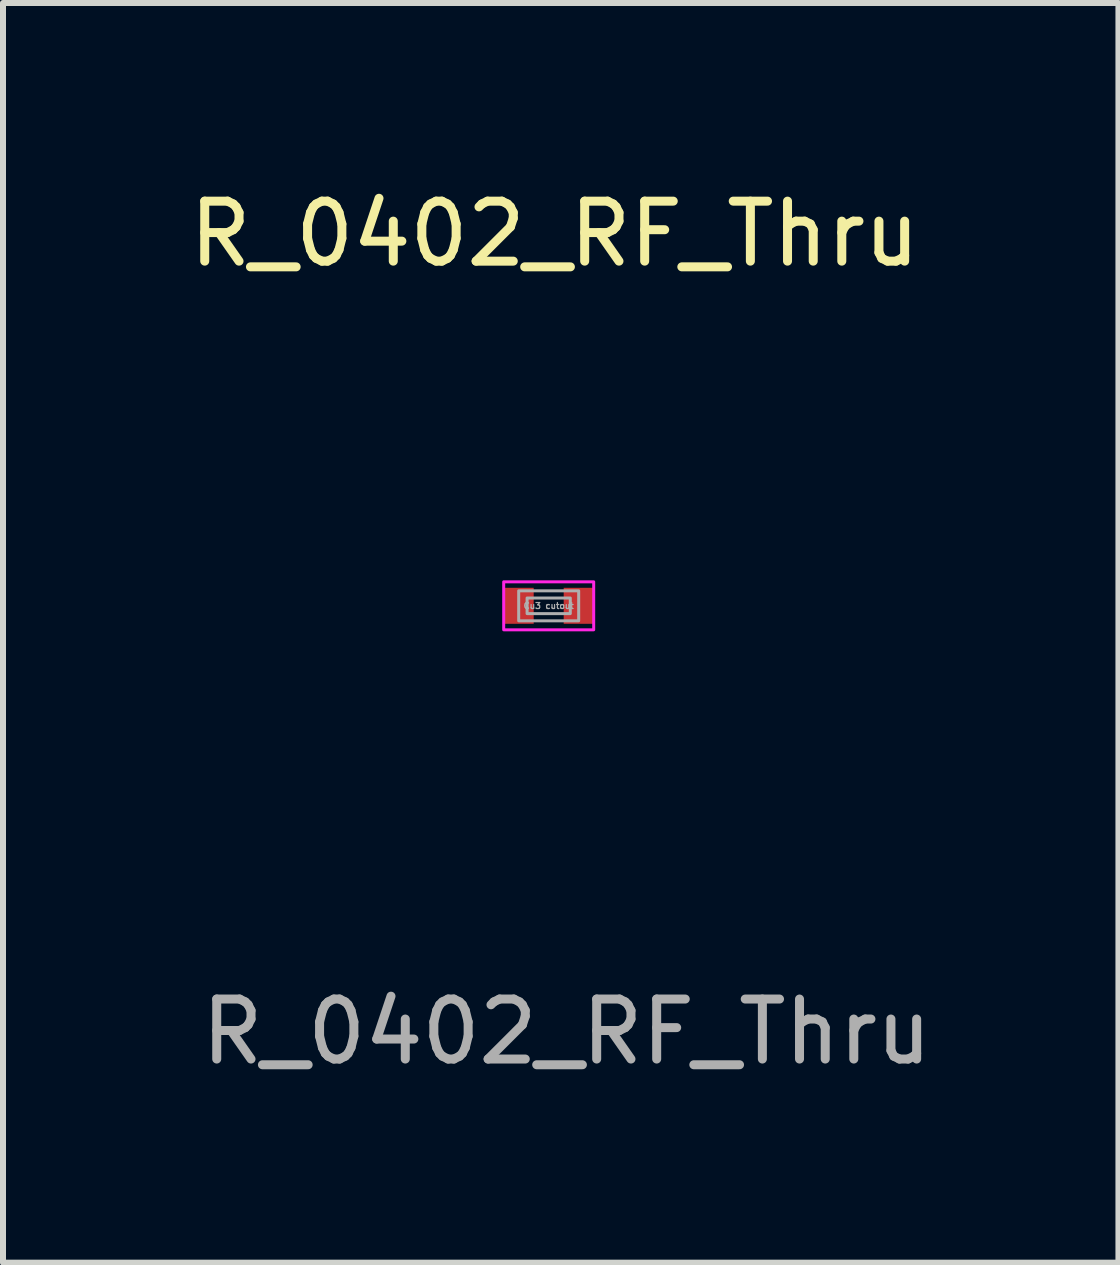
<source format=kicad_pcb>
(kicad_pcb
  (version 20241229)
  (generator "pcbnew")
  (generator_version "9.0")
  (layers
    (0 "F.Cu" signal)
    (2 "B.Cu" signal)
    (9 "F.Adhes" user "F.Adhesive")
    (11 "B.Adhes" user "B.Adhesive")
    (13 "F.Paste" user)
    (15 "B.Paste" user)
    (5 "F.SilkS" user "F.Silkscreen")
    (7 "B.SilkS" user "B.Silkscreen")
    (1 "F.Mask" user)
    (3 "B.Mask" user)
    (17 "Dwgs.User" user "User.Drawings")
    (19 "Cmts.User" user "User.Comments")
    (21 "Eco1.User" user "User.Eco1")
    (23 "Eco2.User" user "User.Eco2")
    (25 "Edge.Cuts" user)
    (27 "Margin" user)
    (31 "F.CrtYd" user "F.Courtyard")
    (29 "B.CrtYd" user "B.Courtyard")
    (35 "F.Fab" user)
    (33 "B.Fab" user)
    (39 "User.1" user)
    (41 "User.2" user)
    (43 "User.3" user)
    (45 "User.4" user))
  (footprint "R_0402_RF_Thru"
    (layer "F.Cu")
    (at 6.096 7.048)
    (property "Reference" "R_0402_RF_Thru" (at 0.1 -6.2 0) (unlocked yes) (layer "F.SilkS") (effects (font (size 1 1) (thickness 0.15))))
    (attr smd)
    (fp_rect (start -1 -0.55) (end -0.85 0.55) (stroke (width 0) (type solid)) (fill yes) (layer "F.Mask"))
    (fp_rect (start -1 -0.55) (end 1 -0.175) (stroke (width 0) (type solid)) (fill yes) (layer "F.Mask"))
    (fp_rect (start -1 0.175) (end 1 0.55) (stroke (width 0) (type solid)) (fill yes) (layer "F.Mask"))
    (fp_rect (start -0.75 -0.55) (end -0.25 0.55) (stroke (width 0) (type solid)) (fill yes) (layer "F.Mask"))
    (fp_rect (start -0.15 -0.55) (end 0.15 0.55) (stroke (width 0) (type solid)) (fill yes) (layer "F.Mask"))
    (fp_rect (start 0.25 -0.55) (end 0.75 0.55) (stroke (width 0) (type solid)) (fill yes) (layer "F.Mask"))
    (fp_rect (start 0.85 -0.55) (end 1 0.55) (stroke (width 0) (type solid)) (fill yes) (layer "F.Mask"))
    (fp_rect (start -0.75 -0.4) (end 0.75 0.4) (stroke (width 0.05) (type solid)) (fill no) (layer "F.CrtYd"))
    (fp_rect (start -0.5 -0.25) (end 0.5 0.25) (stroke (width 0.05) (type solid)) (fill no) (layer "F.Fab"))
    (fp_rect (start -0.36 -0.13) (end 0.36 0.13) (stroke (width 0.05) (type solid)) (fill no) (layer "F.Fab"))
    (fp_line (start -1 -0.55) (end 1 -0.55) (stroke (width 0.02) (type solid)) (layer "User.1"))
    (fp_line (start -1 -0.55) (end 1 -0.55) (stroke (width 0.02) (type solid)) (layer "User.1"))
    (fp_line (start -1 -0.355) (end -1 -0.55) (stroke (width 0.02) (type solid)) (layer "User.1"))
    (fp_line (start -1 -0.355) (end -1 -0.55) (stroke (width 0.02) (type solid)) (layer "User.1"))
    (fp_line (start -1 0.55) (end -1 0.355) (stroke (width 0.02) (type solid)) (layer "User.1"))
    (fp_line (start -1 0.55) (end -1 0.355) (stroke (width 0.02) (type solid)) (layer "User.1"))
    (fp_line (start -0.75 -0.3) (end -0.75 0.3) (stroke (width 0.02) (type solid)) (layer "User.1"))
    (fp_line (start -0.75 -0.3) (end -0.75 0.3) (stroke (width 0.02) (type solid)) (layer "User.1"))
    (fp_line (start -0.75 0.3) (end -0.25 0.3) (stroke (width 0.02) (type solid)) (layer "User.1"))
    (fp_line (start -0.75 0.3) (end -0.25 0.3) (stroke (width 0.02) (type solid)) (layer "User.1"))
    (fp_line (start -0.36 -0.13) (end 0.36 -0.13) (stroke (width 0.02) (type solid)) (layer "User.1"))
    (fp_line (start -0.36 0.13) (end -0.36 -0.13) (stroke (width 0.02) (type solid)) (layer "User.1"))
    (fp_line (start -0.25 -0.3) (end -0.75 -0.3) (stroke (width 0.02) (type solid)) (layer "User.1"))
    (fp_line (start -0.25 -0.3) (end -0.75 -0.3) (stroke (width 0.02) (type solid)) (layer "User.1"))
    (fp_line (start -0.25 0.105) (end -0.25 -0.105) (stroke (width 0.02) (type solid)) (layer "User.1"))
    (fp_line (start -0.25 0.105) (end -0.25 -0.105) (stroke (width 0.02) (type solid)) (layer "User.1"))
    (fp_line (start -0.25 0.3) (end -0.25 -0.3) (stroke (width 0.02) (type solid)) (layer "User.1"))
    (fp_line (start -0.25 0.3) (end -0.25 -0.3) (stroke (width 0.02) (type solid)) (layer "User.1"))
    (fp_line (start 0.25 -0.3) (end 0.25 0.3) (stroke (width 0.02) (type solid)) (layer "User.1"))
    (fp_line (start 0.25 -0.3) (end 0.25 0.3) (stroke (width 0.02) (type solid)) (layer "User.1"))
    (fp_line (start 0.25 -0.105) (end 0.25 0.105) (stroke (width 0.02) (type solid)) (layer "User.1"))
    (fp_line (start 0.25 -0.105) (end 0.25 0.105) (stroke (width 0.02) (type solid)) (layer "User.1"))
    (fp_line (start 0.25 0.105) (end 2.25 0.105) (stroke (width 0.02) (type solid)) (layer "User.1"))
    (fp_line (start 0.25 0.105) (end 2.25 0.105) (stroke (width 0.02) (type solid)) (layer "User.1"))
    (fp_line (start 0.25 0.3) (end 0.75 0.3) (stroke (width 0.02) (type solid)) (layer "User.1"))
    (fp_line (start 0.25 0.3) (end 0.75 0.3) (stroke (width 0.02) (type solid)) (layer "User.1"))
    (fp_line (start 0.36 -0.13) (end 0.36 0.13) (stroke (width 0.02) (type solid)) (layer "User.1"))
    (fp_line (start 0.36 0.13) (end -0.36 0.13) (stroke (width 0.02) (type solid)) (layer "User.1"))
    (fp_line (start 0.75 -0.3) (end 0.25 -0.3) (stroke (width 0.02) (type solid)) (layer "User.1"))
    (fp_line (start 0.75 -0.3) (end 0.25 -0.3) (stroke (width 0.02) (type solid)) (layer "User.1"))
    (fp_line (start 0.75 0.3) (end 0.75 -0.3) (stroke (width 0.02) (type solid)) (layer "User.1"))
    (fp_line (start 0.75 0.3) (end 0.75 -0.3) (stroke (width 0.02) (type solid)) (layer "User.1"))
    (fp_line (start 0.95 -0.25) (end 0.95 0.25) (stroke (width 0.02) (type solid)) (layer "User.1"))
    (fp_line (start 0.95 -0.25) (end 0.95 0.25) (stroke (width 0.02) (type solid)) (layer "User.1"))
    (fp_line (start 0.95 0.25) (end 1.55 0.25) (stroke (width 0.02) (type solid)) (layer "User.1"))
    (fp_line (start 0.95 0.25) (end 1.55 0.25) (stroke (width 0.02) (type solid)) (layer "User.1"))
    (fp_line (start 0.95 0.75) (end 0.95 1.25) (stroke (width 0.02) (type solid)) (layer "User.1"))
    (fp_line (start 0.95 0.75) (end 0.95 1.25) (stroke (width 0.02) (type solid)) (layer "User.1"))
    (fp_line (start 0.95 1.25) (end 1.55 1.25) (stroke (width 0.02) (type solid)) (layer "User.1"))
    (fp_line (start 0.95 1.25) (end 1.55 1.25) (stroke (width 0.02) (type solid)) (layer "User.1"))
    (fp_line (start 1 -0.55) (end 1 -0.5) (stroke (width 0.02) (type solid)) (layer "User.1"))
    (fp_line (start 1 -0.55) (end 1 -0.5) (stroke (width 0.02) (type solid)) (layer "User.1"))
    (fp_line (start 1 -0.5) (end 1.5 -0.5) (stroke (width 0.02) (type solid)) (layer "User.1"))
    (fp_line (start 1 -0.5) (end 1.5 -0.5) (stroke (width 0.02) (type solid)) (layer "User.1"))
    (fp_line (start 1 0.5) (end 1 0.55) (stroke (width 0.02) (type solid)) (layer "User.1"))
    (fp_line (start 1 0.5) (end 1 0.55) (stroke (width 0.02) (type solid)) (layer "User.1"))
    (fp_line (start 1 0.55) (end -1 0.55) (stroke (width 0.02) (type solid)) (layer "User.1"))
    (fp_line (start 1 0.55) (end -1 0.55) (stroke (width 0.02) (type solid)) (layer "User.1"))
    (fp_line (start 1.12 0.14) (end 1.38 0.14) (stroke (width 0.02) (type solid)) (layer "User.1"))
    (fp_line (start 1.12 0.86) (end 1.12 0.14) (stroke (width 0.02) (type solid)) (layer "User.1"))
    (fp_line (start 1.38 0.14) (end 1.38 0.86) (stroke (width 0.02) (type solid)) (layer "User.1"))
    (fp_line (start 1.38 0.86) (end 1.12 0.86) (stroke (width 0.02) (type solid)) (layer "User.1"))
    (fp_line (start 1.5 -0.55) (end 3.5 -0.55) (stroke (width 0.02) (type solid)) (layer "User.1"))
    (fp_line (start 1.5 -0.55) (end 3.5 -0.55) (stroke (width 0.02) (type solid)) (layer "User.1"))
    (fp_line (start 1.5 -0.5) (end 1.5 -0.55) (stroke (width 0.02) (type solid)) (layer "User.1"))
    (fp_line (start 1.5 -0.5) (end 1.5 -0.55) (stroke (width 0.02) (type solid)) (layer "User.1"))
    (fp_line (start 1.5 0.5) (end 1 0.5) (stroke (width 0.02) (type solid)) (layer "User.1"))
    (fp_line (start 1.5 0.5) (end 1 0.5) (stroke (width 0.02) (type solid)) (layer "User.1"))
    (fp_line (start 1.5 0.55) (end 1.5 0.5) (stroke (width 0.02) (type solid)) (layer "User.1"))
    (fp_line (start 1.5 0.55) (end 1.5 0.5) (stroke (width 0.02) (type solid)) (layer "User.1"))
    (fp_line (start 1.55 -0.25) (end 0.95 -0.25) (stroke (width 0.02) (type solid)) (layer "User.1"))
    (fp_line (start 1.55 -0.25) (end 0.95 -0.25) (stroke (width 0.02) (type solid)) (layer "User.1"))
    (fp_line (start 1.55 0.25) (end 1.55 -0.25) (stroke (width 0.02) (type solid)) (layer "User.1"))
    (fp_line (start 1.55 0.25) (end 1.55 -0.25) (stroke (width 0.02) (type solid)) (layer "User.1"))
    (fp_line (start 1.55 0.75) (end 0.95 0.75) (stroke (width 0.02) (type solid)) (layer "User.1"))
    (fp_line (start 1.55 0.75) (end 0.95 0.75) (stroke (width 0.02) (type solid)) (layer "User.1"))
    (fp_line (start 1.55 1.25) (end 1.55 0.75) (stroke (width 0.02) (type solid)) (layer "User.1"))
    (fp_line (start 1.55 1.25) (end 1.55 0.75) (stroke (width 0.02) (type solid)) (layer "User.1"))
    (fp_line (start 1.75 -0.3) (end 1.75 0.3) (stroke (width 0.02) (type solid)) (layer "User.1"))
    (fp_line (start 1.75 -0.3) (end 1.75 0.3) (stroke (width 0.02) (type solid)) (layer "User.1"))
    (fp_line (start 1.75 0.3) (end 2.25 0.3) (stroke (width 0.02) (type solid)) (layer "User.1"))
    (fp_line (start 1.75 0.3) (end 2.25 0.3) (stroke (width 0.02) (type solid)) (layer "User.1"))
    (fp_line (start 2.14 -0.13) (end 2.86 -0.13) (stroke (width 0.02) (type solid)) (layer "User.1"))
    (fp_line (start 2.14 0.13) (end 2.14 -0.13) (stroke (width 0.02) (type solid)) (layer "User.1"))
    (fp_line (start 2.25 -0.3) (end 1.75 -0.3) (stroke (width 0.02) (type solid)) (layer "User.1"))
    (fp_line (start 2.25 -0.3) (end 1.75 -0.3) (stroke (width 0.02) (type solid)) (layer "User.1"))
    (fp_line (start 2.25 -0.105) (end 0.25 -0.105) (stroke (width 0.02) (type solid)) (layer "User.1"))
    (fp_line (start 2.25 -0.105) (end 0.25 -0.105) (stroke (width 0.02) (type solid)) (layer "User.1"))
    (fp_line (start 2.25 0.105) (end 2.25 -0.105) (stroke (width 0.02) (type solid)) (layer "User.1"))
    (fp_line (start 2.25 0.105) (end 2.25 -0.105) (stroke (width 0.02) (type solid)) (layer "User.1"))
    (fp_line (start 2.25 0.3) (end 2.25 -0.3) (stroke (width 0.02) (type solid)) (layer "User.1"))
    (fp_line (start 2.25 0.3) (end 2.25 -0.3) (stroke (width 0.02) (type solid)) (layer "User.1"))
    (fp_line (start 2.75 -0.3) (end 2.75 0.3) (stroke (width 0.02) (type solid)) (layer "User.1"))
    (fp_line (start 2.75 -0.3) (end 2.75 0.3) (stroke (width 0.02) (type solid)) (layer "User.1"))
    (fp_line (start 2.75 -0.105) (end 2.75 0.105) (stroke (width 0.02) (type solid)) (layer "User.1"))
    (fp_line (start 2.75 -0.105) (end 2.75 0.105) (stroke (width 0.02) (type solid)) (layer "User.1"))
    (fp_line (start 2.75 0.3) (end 3.25 0.3) (stroke (width 0.02) (type solid)) (layer "User.1"))
    (fp_line (start 2.75 0.3) (end 3.25 0.3) (stroke (width 0.02) (type solid)) (layer "User.1"))
    (fp_line (start 2.86 -0.13) (end 2.86 0.13) (stroke (width 0.02) (type solid)) (layer "User.1"))
    (fp_line (start 2.86 0.13) (end 2.14 0.13) (stroke (width 0.02) (type solid)) (layer "User.1"))
    (fp_line (start 3.25 -0.3) (end 2.75 -0.3) (stroke (width 0.02) (type solid)) (layer "User.1"))
    (fp_line (start 3.25 -0.3) (end 2.75 -0.3) (stroke (width 0.02) (type solid)) (layer "User.1"))
    (fp_line (start 3.25 0.3) (end 3.25 -0.3) (stroke (width 0.02) (type solid)) (layer "User.1"))
    (fp_line (start 3.25 0.3) (end 3.25 -0.3) (stroke (width 0.02) (type solid)) (layer "User.1"))
    (fp_line (start 3.5 -0.55) (end 3.5 -0.355) (stroke (width 0.02) (type solid)) (layer "User.1"))
    (fp_line (start 3.5 -0.55) (end 3.5 -0.355) (stroke (width 0.02) (type solid)) (layer "User.1"))
    (fp_line (start 3.5 0.355) (end 3.5 0.55) (stroke (width 0.02) (type solid)) (layer "User.1"))
    (fp_line (start 3.5 0.355) (end 3.5 0.55) (stroke (width 0.02) (type solid)) (layer "User.1"))
    (fp_line (start 3.5 0.55) (end 1.5 0.55) (stroke (width 0.02) (type solid)) (layer "User.1"))
    (fp_line (start 3.5 0.55) (end 1.5 0.55) (stroke (width 0.02) (type solid)) (layer "User.1"))
    (fp_circle (center -0.45 -1.005) (end -0.325 -1.005) (stroke (width 0.02) (type solid)) (fill no) (layer "User.1"))
    (fp_circle (center -0.45 -1.005) (end -0.075 -1.005) (stroke (width 0.02) (type solid)) (fill no) (layer "User.1"))
    (fp_circle (center -0.45 -1.005) (end -0.075 -1.005) (stroke (width 0.02) (type solid)) (fill no) (layer "User.1"))
    (fp_circle (center -0.45 1.005) (end -0.325 1.005) (stroke (width 0.02) (type solid)) (fill no) (layer "User.1"))
    (fp_circle (center -0.45 1.005) (end -0.075 1.005) (stroke (width 0.02) (type solid)) (fill no) (layer "User.1"))
    (fp_circle (center -0.45 1.005) (end -0.075 1.005) (stroke (width 0.02) (type solid)) (fill no) (layer "User.1"))
    (fp_circle (center 0.4 -1.005) (end 0.525 -1.005) (stroke (width 0.02) (type solid)) (fill no) (layer "User.1"))
    (fp_circle (center 0.4 -1.005) (end 0.775 -1.005) (stroke (width 0.02) (type solid)) (fill no) (layer "User.1"))
    (fp_circle (center 0.4 -1.005) (end 0.775 -1.005) (stroke (width 0.02) (type solid)) (fill no) (layer "User.1"))
    (fp_circle (center 0.4 1.005) (end 0.525 1.005) (stroke (width 0.02) (type solid)) (fill no) (layer "User.1"))
    (fp_circle (center 0.4 1.005) (end 0.775 1.005) (stroke (width 0.02) (type solid)) (fill no) (layer "User.1"))
    (fp_circle (center 0.4 1.005) (end 0.775 1.005) (stroke (width 0.02) (type solid)) (fill no) (layer "User.1"))
    (fp_circle (center 1.25 -1.005) (end 1.375 -1.005) (stroke (width 0.02) (type solid)) (fill no) (layer "User.1"))
    (fp_circle (center 1.25 -1.005) (end 1.625 -1.005) (stroke (width 0.02) (type solid)) (fill no) (layer "User.1"))
    (fp_circle (center 1.25 -1.005) (end 1.625 -1.005) (stroke (width 0.02) (type solid)) (fill no) (layer "User.1"))
    (fp_circle (center 1.25 1.805) (end 1.375 1.805) (stroke (width 0.02) (type solid)) (fill no) (layer "User.1"))
    (fp_circle (center 1.25 1.805) (end 1.625 1.805) (stroke (width 0.02) (type solid)) (fill no) (layer "User.1"))
    (fp_circle (center 1.25 1.805) (end 1.625 1.805) (stroke (width 0.02) (type solid)) (fill no) (layer "User.1"))
    (fp_circle (center 2.1 -1.005) (end 2.225 -1.005) (stroke (width 0.02) (type solid)) (fill no) (layer "User.1"))
    (fp_circle (center 2.1 -1.005) (end 2.475 -1.005) (stroke (width 0.02) (type solid)) (fill no) (layer "User.1"))
    (fp_circle (center 2.1 -1.005) (end 2.475 -1.005) (stroke (width 0.02) (type solid)) (fill no) (layer "User.1"))
    (fp_circle (center 2.1 1.005) (end 2.225 1.005) (stroke (width 0.02) (type solid)) (fill no) (layer "User.1"))
    (fp_circle (center 2.1 1.005) (end 2.475 1.005) (stroke (width 0.02) (type solid)) (fill no) (layer "User.1"))
    (fp_circle (center 2.1 1.005) (end 2.475 1.005) (stroke (width 0.02) (type solid)) (fill no) (layer "User.1"))
    (fp_circle (center 2.95 -1.005) (end 3.075 -1.005) (stroke (width 0.02) (type solid)) (fill no) (layer "User.1"))
    (fp_circle (center 2.95 -1.005) (end 3.325 -1.005) (stroke (width 0.02) (type solid)) (fill no) (layer "User.1"))
    (fp_circle (center 2.95 -1.005) (end 3.325 -1.005) (stroke (width 0.02) (type solid)) (fill no) (layer "User.1"))
    (fp_circle (center 2.95 1.005) (end 3.075 1.005) (stroke (width 0.02) (type solid)) (fill no) (layer "User.1"))
    (fp_circle (center 2.95 1.005) (end 3.325 1.005) (stroke (width 0.02) (type solid)) (fill no) (layer "User.1"))
    (fp_circle (center 2.95 1.005) (end 3.325 1.005) (stroke (width 0.02) (type solid)) (fill no) (layer "User.1"))
    (fp_text user "Cu3 cutout" (at 0 0 0) (unlocked yes) (layer "F.Fab") (effects (font (size 0.1 0.1) (thickness 0.02))))
    (fp_text user "${REFERENCE}" (at 0.3 7.1 0) (unlocked yes) (layer "F.Fab") (effects (font (size 1 1) (thickness 0.15))))
    (pad "1" smd rect (at -0.5 0) (size 0.5 0.6) (layers "F.Cu" "F.Paste"))
    (pad "2" smd rect (at 0.5 0) (size 0.5 0.6) (layers "F.Cu" "F.Paste"))
    (zone (net_name "") (layer "F.Cu") (hatch edge 0.508) (connect_pads) (min_thickness 0.254) (filled_areas_thickness no) (keepout (tracks allowed) (vias allowed) (pads allowed) (copperpour not_allowed) (footprints allowed)) (placement (enabled no)) (fill) (polygon (pts (xy 7.096 7.598) (xy 5.096 7.598) (xy 5.096 6.498) (xy 7.096 6.498)))))
  (gr_rect
    (start -3 -3)
    (end 15.593 17.997)
    (stroke (width 0.1) (type default))
    (fill no)
    (layer "Edge.Cuts")))
</source>
